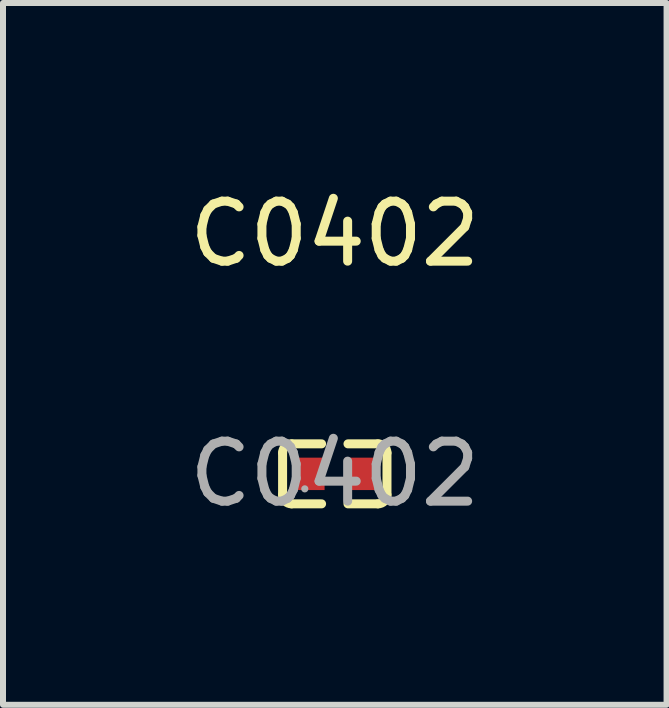
<source format=kicad_pcb>
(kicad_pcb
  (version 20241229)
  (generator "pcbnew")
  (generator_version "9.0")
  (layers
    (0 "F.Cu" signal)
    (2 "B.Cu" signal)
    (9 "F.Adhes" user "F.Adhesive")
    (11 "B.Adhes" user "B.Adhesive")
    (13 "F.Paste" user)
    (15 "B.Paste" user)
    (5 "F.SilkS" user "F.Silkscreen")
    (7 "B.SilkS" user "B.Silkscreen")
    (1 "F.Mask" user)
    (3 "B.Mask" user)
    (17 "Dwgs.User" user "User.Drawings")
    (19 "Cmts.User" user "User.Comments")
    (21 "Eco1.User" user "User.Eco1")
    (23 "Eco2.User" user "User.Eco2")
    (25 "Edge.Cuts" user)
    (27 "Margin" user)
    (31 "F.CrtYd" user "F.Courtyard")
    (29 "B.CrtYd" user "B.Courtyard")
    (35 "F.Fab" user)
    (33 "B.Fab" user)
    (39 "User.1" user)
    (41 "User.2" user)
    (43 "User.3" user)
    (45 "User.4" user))
  (footprint "C0402"
    (layer "F.Cu")
    (at 2.53 4.848)
    (property "Reference" "C0402" (at 0 -4 0) (layer "F.SilkS") (effects (font (size 1 1) (thickness 0.15))))
    (attr smd)
    (fp_line (start -0.87 0.35) (end -0.87 -0.35) (stroke (width 0.15) (type solid)) (layer "F.SilkS"))
    (fp_line (start -0.72 -0.5) (end -0.22 -0.5) (stroke (width 0.15) (type solid)) (layer "F.SilkS"))
    (fp_line (start -0.22 0.5) (end -0.72 0.5) (stroke (width 0.15) (type solid)) (layer "F.SilkS"))
    (fp_line (start 0.22 -0.5) (end 0.72 -0.5) (stroke (width 0.15) (type solid)) (layer "F.SilkS"))
    (fp_line (start 0.72 0.5) (end 0.22 0.5) (stroke (width 0.15) (type solid)) (layer "F.SilkS"))
    (fp_line (start 0.87 -0.35) (end 0.87 0.35) (stroke (width 0.15) (type solid)) (layer "F.SilkS"))
    (fp_arc (start -0.87 -0.35) (mid -0.826066 -0.456066) (end -0.72 -0.5) (stroke (width 0.15) (type solid)) (layer "F.SilkS"))
    (fp_arc (start -0.72 0.5) (mid -0.826066 0.456066) (end -0.87 0.35) (stroke (width 0.15) (type solid)) (layer "F.SilkS"))
    (fp_arc (start 0.72 -0.5) (mid 0.826066 -0.456066) (end 0.87 -0.35) (stroke (width 0.15) (type solid)) (layer "F.SilkS"))
    (fp_arc (start 0.87 0.35) (mid 0.826066 0.456066) (end 0.72 0.5) (stroke (width 0.15) (type solid)) (layer "F.SilkS"))
    (fp_circle (center -0.5 0.25) (end -0.47 0.25) (stroke (width 0.06) (type solid)) (fill no) (layer "F.Fab"))
    (fp_text user "${REFERENCE}" (at 0 0 0) (layer "F.Fab") (effects (font (size 1 1) (thickness 0.15))))
    (pad "1" smd rect (at -0.42 0) (size 0.5 0.54) (layers "F.Cu" "F.Mask" "F.Paste"))
    (pad "2" smd rect (at 0.42 0) (size 0.5 0.54) (layers "F.Cu" "F.Mask" "F.Paste")))
  (gr_rect
    (start -3 -3)
    (end 8.06 8.697)
    (stroke (width 0.1) (type default))
    (fill no)
    (layer "Edge.Cuts")))
</source>
